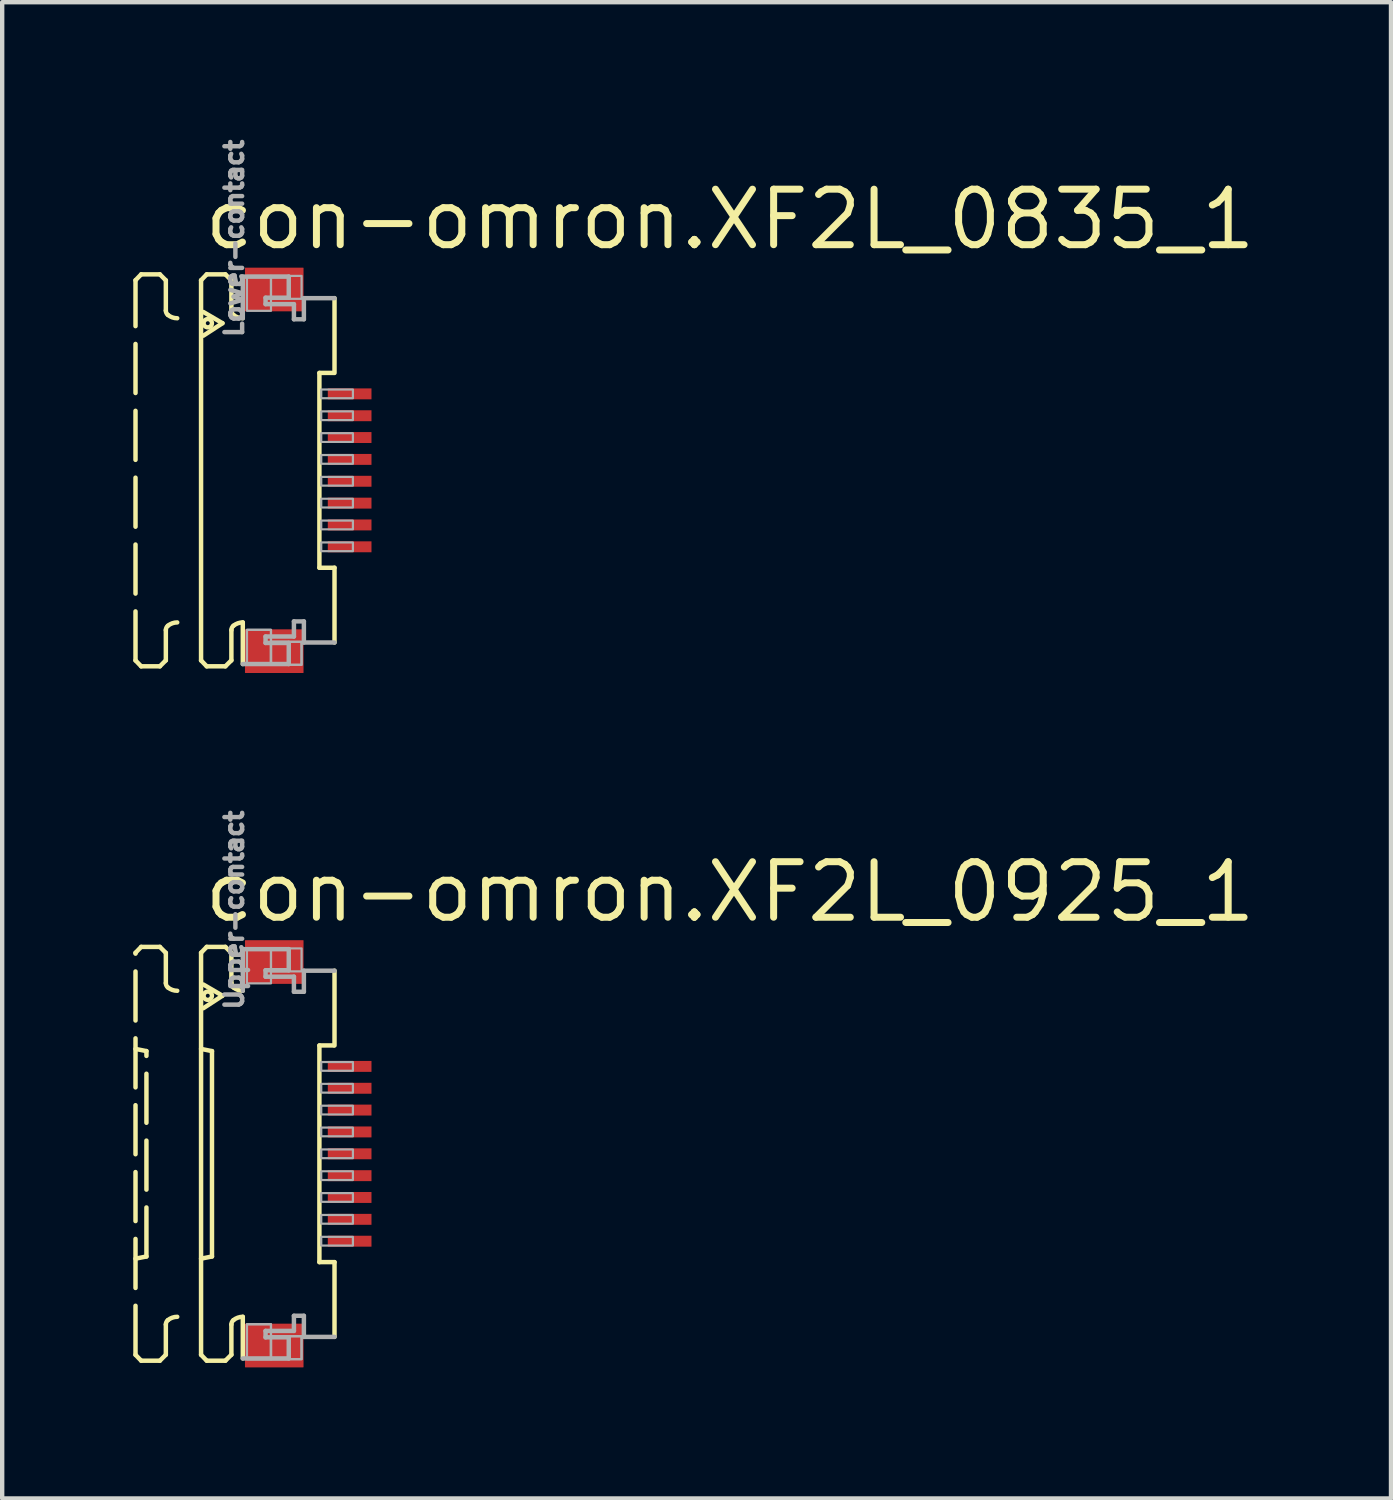
<source format=kicad_pcb>
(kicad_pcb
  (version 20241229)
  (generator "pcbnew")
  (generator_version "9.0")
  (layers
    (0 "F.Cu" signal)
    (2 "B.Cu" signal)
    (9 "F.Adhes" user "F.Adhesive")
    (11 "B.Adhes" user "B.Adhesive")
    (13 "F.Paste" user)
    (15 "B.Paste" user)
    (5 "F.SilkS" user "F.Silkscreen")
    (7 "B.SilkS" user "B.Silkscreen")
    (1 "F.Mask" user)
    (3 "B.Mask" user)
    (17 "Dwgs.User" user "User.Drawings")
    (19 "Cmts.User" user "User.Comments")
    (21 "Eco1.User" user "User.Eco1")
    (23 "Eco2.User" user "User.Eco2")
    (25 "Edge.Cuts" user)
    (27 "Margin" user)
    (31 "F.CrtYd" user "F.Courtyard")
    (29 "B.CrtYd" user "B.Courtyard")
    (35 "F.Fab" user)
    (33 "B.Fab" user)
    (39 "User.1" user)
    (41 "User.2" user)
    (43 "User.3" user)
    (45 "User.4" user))
  (footprint "con-omron.XF2L_0835_1"
    (layer "F.Cu")
    (at 3.046 7.713)
    (property "Reference" "con-omron.XF2L_0835_1" (at -1.5 -5 0) (layer "F.SilkS") (effects (font (size 1.27 1.27) (thickness 0.16)) (justify left bottom)))
    (attr smd)
    (fp_rect (start 1.355 -1.575) (end 2.455 -1.925) (stroke (width 0.05) (type default)) (fill yes) (layer "F.Mask"))
    (fp_rect (start 1.355 -1.075) (end 2.455 -1.425) (stroke (width 0.05) (type default)) (fill yes) (layer "F.Mask"))
    (fp_rect (start 1.355 -0.575) (end 2.455 -0.925) (stroke (width 0.05) (type default)) (fill yes) (layer "F.Mask"))
    (fp_rect (start 1.355 -0.075) (end 2.455 -0.425) (stroke (width 0.05) (type default)) (fill yes) (layer "F.Mask"))
    (fp_rect (start 1.355 0.425) (end 2.455 0.075) (stroke (width 0.05) (type default)) (fill yes) (layer "F.Mask"))
    (fp_rect (start 1.355 0.925) (end 2.455 0.575) (stroke (width 0.05) (type default)) (fill yes) (layer "F.Mask"))
    (fp_rect (start 1.355 1.425) (end 2.455 1.075) (stroke (width 0.05) (type default)) (fill yes) (layer "F.Mask"))
    (fp_rect (start 1.355 1.925) (end 2.455 1.575) (stroke (width 0.05) (type default)) (fill yes) (layer "F.Mask"))
    (fp_line (start -2.995 -4.35) (end -2.865 -4.485) (stroke (width 0.102) (type default)) (layer "F.SilkS"))
    (fp_line (start -2.995 4.35) (end -2.995 -4.35) (stroke (width 0.102) (type dash)) (layer "F.SilkS"))
    (fp_line (start -2.995 4.35) (end -2.865 4.485) (stroke (width 0.102) (type default)) (layer "F.SilkS"))
    (fp_line (start -2.865 -4.485) (end -2.438 -4.485) (stroke (width 0.102) (type dash)) (layer "F.SilkS"))
    (fp_line (start -2.865 4.485) (end -2.438 4.485) (stroke (width 0.102) (type dash)) (layer "F.SilkS"))
    (fp_line (start -2.438 -4.485) (end -2.301 -4.348) (stroke (width 0.102) (type default)) (layer "F.SilkS"))
    (fp_line (start -2.438 4.485) (end -2.301 4.348) (stroke (width 0.102) (type default)) (layer "F.SilkS"))
    (fp_line (start -2.301 -4.348) (end -2.301 -3.656) (stroke (width 0.102) (type dash)) (layer "F.SilkS"))
    (fp_line (start -2.301 4.348) (end -2.301 3.656) (stroke (width 0.102) (type dash)) (layer "F.SilkS"))
    (fp_line (start -1.495 -4.35) (end -1.365 -4.485) (stroke (width 0.102) (type default)) (layer "F.SilkS"))
    (fp_line (start -1.495 4.35) (end -1.495 -4.35) (stroke (width 0.102) (type default)) (layer "F.SilkS"))
    (fp_line (start -1.495 4.35) (end -1.365 4.485) (stroke (width 0.102) (type default)) (layer "F.SilkS"))
    (fp_line (start -1.441 -3.623) (end -1.005 -3.367) (stroke (width 0.102) (type default)) (layer "F.SilkS"))
    (fp_line (start -1.365 -4.485) (end -0.939 -4.485) (stroke (width 0.102) (type default)) (layer "F.SilkS"))
    (fp_line (start -1.365 4.485) (end -0.939 4.485) (stroke (width 0.102) (type default)) (layer "F.SilkS"))
    (fp_line (start -1.005 -3.367) (end -1.441 -3.082) (stroke (width 0.102) (type default)) (layer "F.SilkS"))
    (fp_line (start -0.939 -4.485) (end -0.801 -4.348) (stroke (width 0.102) (type default)) (layer "F.SilkS"))
    (fp_line (start -0.939 4.485) (end -0.801 4.348) (stroke (width 0.102) (type default)) (layer "F.SilkS"))
    (fp_line (start -0.801 -4.348) (end -0.801 -3.656) (stroke (width 0.102) (type default)) (layer "F.SilkS"))
    (fp_line (start -0.801 4.348) (end -0.801 3.656) (stroke (width 0.102) (type default)) (layer "F.SilkS"))
    (fp_line (start -0.54 3.48) (end -0.54 4.433) (stroke (width 0.102) (type default)) (layer "F.SilkS"))
    (fp_line (start 1.213 2.229) (end 1.213 -2.229) (stroke (width 0.102) (type default)) (layer "F.SilkS"))
    (fp_line (start 1.538 -2.229) (end 1.213 -2.229) (stroke (width 0.102) (type default)) (layer "F.SilkS"))
    (fp_line (start 1.559 -3.94) (end 1.559 -2.229) (stroke (width 0.102) (type default)) (layer "F.SilkS"))
    (fp_line (start 1.559 2.229) (end 1.213 2.229) (stroke (width 0.102) (type default)) (layer "F.SilkS"))
    (fp_line (start 1.559 3.94) (end 1.559 2.229) (stroke (width 0.102) (type default)) (layer "F.SilkS"))
    (fp_arc (start -2.301 3.6557) (mid -2.288538 3.600596) (end -2.2536 3.5562) (stroke (width 0.1016) (type default)) (layer "F.SilkS"))
    (fp_arc (start -2.2536 -3.5562) (mid -2.288538 -3.600596) (end -2.301 -3.6557) (stroke (width 0.1016) (type default)) (layer "F.SilkS"))
    (fp_arc (start -2.2536 3.5562) (mid -2.153476 3.499936) (end -2.0403 3.4804) (stroke (width 0.1016) (type default)) (layer "F.SilkS"))
    (fp_arc (start -2.0403 -3.4804) (mid -2.153476 -3.499936) (end -2.2536 -3.5562) (stroke (width 0.1016) (type default)) (layer "F.SilkS"))
    (fp_arc (start -0.801 3.6557) (mid -0.788538 3.600596) (end -0.7536 3.5562) (stroke (width 0.1016) (type default)) (layer "F.SilkS"))
    (fp_arc (start -0.7536 -3.5562) (mid -0.788538 -3.600596) (end -0.801 -3.6557) (stroke (width 0.1016) (type default)) (layer "F.SilkS"))
    (fp_arc (start -0.7536 3.5562) (mid -0.653476 3.499936) (end -0.5403 3.4804) (stroke (width 0.1016) (type default)) (layer "F.SilkS"))
    (fp_arc (start -0.5403 -3.4804) (mid -0.653476 -3.499936) (end -0.7536 -3.5562) (stroke (width 0.1016) (type default)) (layer "F.SilkS"))
    (fp_circle (center -1.341 -3.367) (end -1.246 -3.367) (stroke (width 0.1) (type default)) (fill no) (layer "F.SilkS"))
    (fp_line (start -0.54 -4.433) (end 0.512 -4.433) (stroke (width 0.102) (type default)) (layer "F.Fab"))
    (fp_line (start -0.54 -3.48) (end -0.54 -4.433) (stroke (width 0.102) (type default)) (layer "F.Fab"))
    (fp_line (start -0.54 4.433) (end 0.512 4.433) (stroke (width 0.102) (type default)) (layer "F.Fab"))
    (fp_line (start -0.019 -3.95) (end -0.019 -3.803) (stroke (width 0.102) (type default)) (layer "F.Fab"))
    (fp_line (start -0.019 -3.803) (end 0.63 -3.803) (stroke (width 0.102) (type default)) (layer "F.Fab"))
    (fp_line (start -0.019 3.803) (end 0.63 3.803) (stroke (width 0.102) (type default)) (layer "F.Fab"))
    (fp_line (start -0.019 3.95) (end -0.019 3.803) (stroke (width 0.102) (type default)) (layer "F.Fab"))
    (fp_line (start 0.512 -4.433) (end 0.512 -3.95) (stroke (width 0.102) (type default)) (layer "F.Fab"))
    (fp_line (start 0.512 -3.95) (end -0.019 -3.95) (stroke (width 0.102) (type default)) (layer "F.Fab"))
    (fp_line (start 0.512 3.95) (end -0.019 3.95) (stroke (width 0.102) (type default)) (layer "F.Fab"))
    (fp_line (start 0.512 4.433) (end 0.512 3.95) (stroke (width 0.102) (type default)) (layer "F.Fab"))
    (fp_line (start 0.63 -3.803) (end 0.63 -3.457) (stroke (width 0.102) (type default)) (layer "F.Fab"))
    (fp_line (start 0.63 -3.457) (end 0.858 -3.457) (stroke (width 0.102) (type default)) (layer "F.Fab"))
    (fp_line (start 0.63 3.457) (end 0.858 3.457) (stroke (width 0.102) (type default)) (layer "F.Fab"))
    (fp_line (start 0.63 3.803) (end 0.63 3.457) (stroke (width 0.102) (type default)) (layer "F.Fab"))
    (fp_line (start 0.858 -3.94) (end 1.559 -3.94) (stroke (width 0.102) (type default)) (layer "F.Fab"))
    (fp_line (start 0.858 -3.457) (end 0.858 -3.94) (stroke (width 0.102) (type default)) (layer "F.Fab"))
    (fp_line (start 0.858 3.457) (end 0.858 3.94) (stroke (width 0.102) (type default)) (layer "F.Fab"))
    (fp_line (start 0.858 3.94) (end 1.559 3.94) (stroke (width 0.102) (type default)) (layer "F.Fab"))
    (fp_rect (start -0.445 -3.65) (end 0.105 -4.45) (stroke (width 0.05) (type default)) (fill no) (layer "F.Fab"))
    (fp_rect (start -0.445 4.45) (end 0.105 3.65) (stroke (width 0.05) (type default)) (fill no) (layer "F.Fab"))
    (fp_rect (start -0.445 4.45) (end 0.105 3.65) (stroke (width 0.05) (type default)) (fill no) (layer "F.Fab"))
    (fp_rect (start 0.105 -3.925) (end 0.805 -4.45) (stroke (width 0.05) (type default)) (fill no) (layer "F.Fab"))
    (fp_rect (start 0.105 4.45) (end 0.805 3.925) (stroke (width 0.05) (type default)) (fill no) (layer "F.Fab"))
    (fp_rect (start 0.105 4.45) (end 0.805 3.925) (stroke (width 0.05) (type default)) (fill no) (layer "F.Fab"))
    (fp_rect (start 1.255 -1.65) (end 1.98 -1.85) (stroke (width 0.05) (type default)) (fill no) (layer "F.Fab"))
    (fp_rect (start 1.255 -1.15) (end 1.98 -1.35) (stroke (width 0.05) (type default)) (fill no) (layer "F.Fab"))
    (fp_rect (start 1.255 -0.65) (end 1.98 -0.85) (stroke (width 0.05) (type default)) (fill no) (layer "F.Fab"))
    (fp_rect (start 1.255 -0.15) (end 1.98 -0.35) (stroke (width 0.05) (type default)) (fill no) (layer "F.Fab"))
    (fp_rect (start 1.255 0.35) (end 1.98 0.15) (stroke (width 0.05) (type default)) (fill no) (layer "F.Fab"))
    (fp_rect (start 1.255 0.85) (end 1.98 0.65) (stroke (width 0.05) (type default)) (fill no) (layer "F.Fab"))
    (fp_rect (start 1.255 1.35) (end 1.98 1.15) (stroke (width 0.05) (type default)) (fill no) (layer "F.Fab"))
    (fp_rect (start 1.255 1.85) (end 1.98 1.65) (stroke (width 0.05) (type default)) (fill no) (layer "F.Fab"))
    (fp_text user "Lower-contact" (at -0.5 -3 270) (layer "F.Fab") (effects (font (size 0.406 0.406) (thickness 0.15)) (justify left bottom)))
    (pad "1" smd roundrect (at 1.905 -1.75) (size 1 0.25) (layers "F.Cu" "F.Mask" "F.Paste") (roundrect_rratio 0.01))
    (pad "2" smd roundrect (at 1.905 -1.25) (size 1 0.25) (layers "F.Cu" "F.Mask" "F.Paste") (roundrect_rratio 0.01))
    (pad "3" smd roundrect (at 1.905 -0.75) (size 1 0.25) (layers "F.Cu" "F.Mask" "F.Paste") (roundrect_rratio 0.01))
    (pad "4" smd roundrect (at 1.905 -0.25) (size 1 0.25) (layers "F.Cu" "F.Mask" "F.Paste") (roundrect_rratio 0.01))
    (pad "5" smd roundrect (at 1.905 0.25) (size 1 0.25) (layers "F.Cu" "F.Mask" "F.Paste") (roundrect_rratio 0.01))
    (pad "6" smd roundrect (at 1.905 0.75) (size 1 0.25) (layers "F.Cu" "F.Mask" "F.Paste") (roundrect_rratio 0.01))
    (pad "7" smd roundrect (at 1.905 1.25) (size 1 0.25) (layers "F.Cu" "F.Mask" "F.Paste") (roundrect_rratio 0.01))
    (pad "8" smd roundrect (at 1.905 1.75) (size 1 0.25) (layers "F.Cu" "F.Mask" "F.Paste") (roundrect_rratio 0.01))
    (pad "M1" smd roundrect (at 0.18 -4.138) (size 1.34 1) (layers "F.Cu" "F.Mask" "F.Paste") (roundrect_rratio 0.01))
    (pad "M2" smd roundrect (at 0.18 4.138) (size 1.34 1) (layers "F.Cu" "F.Mask" "F.Paste") (roundrect_rratio 0.01)))
  (footprint "con-omron.XF2L_0925_1"
    (layer "F.Cu")
    (at 3.046 23.353)
    (property "Reference" "con-omron.XF2L_0925_1" (at -1.5 -5.25 0) (layer "F.SilkS") (effects (font (size 1.27 1.27) (thickness 0.16)) (justify left bottom)))
    (attr smd)
    (fp_rect (start 1.355 -1.825) (end 2.455 -2.175) (stroke (width 0.05) (type default)) (fill yes) (layer "F.Mask"))
    (fp_rect (start 1.355 -1.325) (end 2.455 -1.675) (stroke (width 0.05) (type default)) (fill yes) (layer "F.Mask"))
    (fp_rect (start 1.355 -0.825) (end 2.455 -1.175) (stroke (width 0.05) (type default)) (fill yes) (layer "F.Mask"))
    (fp_rect (start 1.355 -0.325) (end 2.455 -0.675) (stroke (width 0.05) (type default)) (fill yes) (layer "F.Mask"))
    (fp_rect (start 1.355 0.175) (end 2.455 -0.175) (stroke (width 0.05) (type default)) (fill yes) (layer "F.Mask"))
    (fp_rect (start 1.355 0.675) (end 2.455 0.325) (stroke (width 0.05) (type default)) (fill yes) (layer "F.Mask"))
    (fp_rect (start 1.355 1.175) (end 2.455 0.825) (stroke (width 0.05) (type default)) (fill yes) (layer "F.Mask"))
    (fp_rect (start 1.355 1.675) (end 2.455 1.325) (stroke (width 0.05) (type default)) (fill yes) (layer "F.Mask"))
    (fp_rect (start 1.355 2.175) (end 2.455 1.825) (stroke (width 0.05) (type default)) (fill yes) (layer "F.Mask"))
    (fp_line (start -2.995 -4.6) (end -2.865 -4.735) (stroke (width 0.102) (type default)) (layer "F.SilkS"))
    (fp_line (start -2.995 -2.4) (end -2.745 -2.35) (stroke (width 0.102) (type default)) (layer "F.SilkS"))
    (fp_line (start -2.995 4.6) (end -2.995 -4.6) (stroke (width 0.102) (type dash)) (layer "F.SilkS"))
    (fp_line (start -2.995 4.6) (end -2.865 4.735) (stroke (width 0.102) (type default)) (layer "F.SilkS"))
    (fp_line (start -2.865 -4.735) (end -2.438 -4.735) (stroke (width 0.102) (type dash)) (layer "F.SilkS"))
    (fp_line (start -2.865 4.735) (end -2.438 4.735) (stroke (width 0.102) (type dash)) (layer "F.SilkS"))
    (fp_line (start -2.745 2.35) (end -2.995 2.4) (stroke (width 0.102) (type default)) (layer "F.SilkS"))
    (fp_line (start -2.745 2.35) (end -2.745 -2.35) (stroke (width 0.102) (type dash)) (layer "F.SilkS"))
    (fp_line (start -2.438 -4.735) (end -2.301 -4.598) (stroke (width 0.102) (type default)) (layer "F.SilkS"))
    (fp_line (start -2.438 4.735) (end -2.301 4.598) (stroke (width 0.102) (type default)) (layer "F.SilkS"))
    (fp_line (start -2.301 -4.598) (end -2.301 -3.906) (stroke (width 0.102) (type dash)) (layer "F.SilkS"))
    (fp_line (start -2.301 4.598) (end -2.301 3.906) (stroke (width 0.102) (type dash)) (layer "F.SilkS"))
    (fp_line (start -1.495 -4.6) (end -1.365 -4.735) (stroke (width 0.102) (type default)) (layer "F.SilkS"))
    (fp_line (start -1.495 -2.4) (end -1.245 -2.35) (stroke (width 0.102) (type default)) (layer "F.SilkS"))
    (fp_line (start -1.495 4.6) (end -1.495 -4.6) (stroke (width 0.102) (type default)) (layer "F.SilkS"))
    (fp_line (start -1.495 4.6) (end -1.365 4.735) (stroke (width 0.102) (type default)) (layer "F.SilkS"))
    (fp_line (start -1.441 -3.873) (end -1.005 -3.617) (stroke (width 0.102) (type default)) (layer "F.SilkS"))
    (fp_line (start -1.365 -4.735) (end -0.939 -4.735) (stroke (width 0.102) (type default)) (layer "F.SilkS"))
    (fp_line (start -1.365 4.735) (end -0.939 4.735) (stroke (width 0.102) (type default)) (layer "F.SilkS"))
    (fp_line (start -1.245 2.35) (end -1.495 2.4) (stroke (width 0.102) (type default)) (layer "F.SilkS"))
    (fp_line (start -1.245 2.35) (end -1.245 -2.35) (stroke (width 0.102) (type default)) (layer "F.SilkS"))
    (fp_line (start -1.005 -3.617) (end -1.441 -3.332) (stroke (width 0.102) (type default)) (layer "F.SilkS"))
    (fp_line (start -0.939 -4.735) (end -0.801 -4.598) (stroke (width 0.102) (type default)) (layer "F.SilkS"))
    (fp_line (start -0.939 4.735) (end -0.801 4.598) (stroke (width 0.102) (type default)) (layer "F.SilkS"))
    (fp_line (start -0.801 -4.598) (end -0.801 -3.906) (stroke (width 0.102) (type default)) (layer "F.SilkS"))
    (fp_line (start -0.801 4.598) (end -0.801 3.906) (stroke (width 0.102) (type default)) (layer "F.SilkS"))
    (fp_line (start -0.54 3.73) (end -0.54 4.683) (stroke (width 0.102) (type default)) (layer "F.SilkS"))
    (fp_line (start 1.213 2.479) (end 1.213 -2.479) (stroke (width 0.102) (type default)) (layer "F.SilkS"))
    (fp_line (start 1.538 -2.479) (end 1.213 -2.479) (stroke (width 0.102) (type default)) (layer "F.SilkS"))
    (fp_line (start 1.559 -4.19) (end 1.559 -2.479) (stroke (width 0.102) (type default)) (layer "F.SilkS"))
    (fp_line (start 1.559 2.479) (end 1.213 2.479) (stroke (width 0.102) (type default)) (layer "F.SilkS"))
    (fp_line (start 1.559 4.19) (end 1.559 2.479) (stroke (width 0.102) (type default)) (layer "F.SilkS"))
    (fp_arc (start -2.301 3.9057) (mid -2.288538 3.850596) (end -2.2536 3.8062) (stroke (width 0.1016) (type default)) (layer "F.SilkS"))
    (fp_arc (start -2.2536 -3.8062) (mid -2.288538 -3.850596) (end -2.301 -3.9057) (stroke (width 0.1016) (type default)) (layer "F.SilkS"))
    (fp_arc (start -2.2536 3.8062) (mid -2.153476 3.749936) (end -2.0403 3.7304) (stroke (width 0.1016) (type default)) (layer "F.SilkS"))
    (fp_arc (start -2.0403 -3.7304) (mid -2.153476 -3.749936) (end -2.2536 -3.8062) (stroke (width 0.1016) (type default)) (layer "F.SilkS"))
    (fp_arc (start -0.801 3.9057) (mid -0.788538 3.850596) (end -0.7536 3.8062) (stroke (width 0.1016) (type default)) (layer "F.SilkS"))
    (fp_arc (start -0.7536 -3.8062) (mid -0.788538 -3.850596) (end -0.801 -3.9057) (stroke (width 0.1016) (type default)) (layer "F.SilkS"))
    (fp_arc (start -0.7536 3.8062) (mid -0.653476 3.749936) (end -0.5403 3.7304) (stroke (width 0.1016) (type default)) (layer "F.SilkS"))
    (fp_arc (start -0.5403 -3.7304) (mid -0.653476 -3.749936) (end -0.7536 -3.8062) (stroke (width 0.1016) (type default)) (layer "F.SilkS"))
    (fp_circle (center -1.341 -3.617) (end -1.246 -3.617) (stroke (width 0.1) (type default)) (fill no) (layer "F.SilkS"))
    (fp_line (start -0.54 -4.683) (end 0.512 -4.683) (stroke (width 0.102) (type default)) (layer "F.Fab"))
    (fp_line (start -0.54 -3.73) (end -0.54 -4.683) (stroke (width 0.102) (type default)) (layer "F.Fab"))
    (fp_line (start -0.54 4.683) (end 0.512 4.683) (stroke (width 0.102) (type default)) (layer "F.Fab"))
    (fp_line (start -0.019 -4.2) (end -0.019 -4.053) (stroke (width 0.102) (type default)) (layer "F.Fab"))
    (fp_line (start -0.019 -4.053) (end 0.63 -4.053) (stroke (width 0.102) (type default)) (layer "F.Fab"))
    (fp_line (start -0.019 4.053) (end 0.63 4.053) (stroke (width 0.102) (type default)) (layer "F.Fab"))
    (fp_line (start -0.019 4.2) (end -0.019 4.053) (stroke (width 0.102) (type default)) (layer "F.Fab"))
    (fp_line (start 0.512 -4.683) (end 0.512 -4.2) (stroke (width 0.102) (type default)) (layer "F.Fab"))
    (fp_line (start 0.512 -4.2) (end -0.019 -4.2) (stroke (width 0.102) (type default)) (layer "F.Fab"))
    (fp_line (start 0.512 4.2) (end -0.019 4.2) (stroke (width 0.102) (type default)) (layer "F.Fab"))
    (fp_line (start 0.512 4.683) (end 0.512 4.2) (stroke (width 0.102) (type default)) (layer "F.Fab"))
    (fp_line (start 0.63 -4.053) (end 0.63 -3.707) (stroke (width 0.102) (type default)) (layer "F.Fab"))
    (fp_line (start 0.63 -3.707) (end 0.858 -3.707) (stroke (width 0.102) (type default)) (layer "F.Fab"))
    (fp_line (start 0.63 3.707) (end 0.858 3.707) (stroke (width 0.102) (type default)) (layer "F.Fab"))
    (fp_line (start 0.63 4.053) (end 0.63 3.707) (stroke (width 0.102) (type default)) (layer "F.Fab"))
    (fp_line (start 0.858 -4.19) (end 1.559 -4.19) (stroke (width 0.102) (type default)) (layer "F.Fab"))
    (fp_line (start 0.858 -3.707) (end 0.858 -4.19) (stroke (width 0.102) (type default)) (layer "F.Fab"))
    (fp_line (start 0.858 3.707) (end 0.858 4.19) (stroke (width 0.102) (type default)) (layer "F.Fab"))
    (fp_line (start 0.858 4.19) (end 1.559 4.19) (stroke (width 0.102) (type default)) (layer "F.Fab"))
    (fp_rect (start -0.445 -3.9) (end 0.105 -4.7) (stroke (width 0.05) (type default)) (fill no) (layer "F.Fab"))
    (fp_rect (start -0.445 4.7) (end 0.105 3.9) (stroke (width 0.05) (type default)) (fill no) (layer "F.Fab"))
    (fp_rect (start -0.445 4.7) (end 0.105 3.9) (stroke (width 0.05) (type default)) (fill no) (layer "F.Fab"))
    (fp_rect (start 0.105 -4.175) (end 0.805 -4.7) (stroke (width 0.05) (type default)) (fill no) (layer "F.Fab"))
    (fp_rect (start 0.105 4.7) (end 0.805 4.175) (stroke (width 0.05) (type default)) (fill no) (layer "F.Fab"))
    (fp_rect (start 0.105 4.7) (end 0.805 4.175) (stroke (width 0.05) (type default)) (fill no) (layer "F.Fab"))
    (fp_rect (start 1.255 -1.9) (end 1.98 -2.1) (stroke (width 0.05) (type default)) (fill no) (layer "F.Fab"))
    (fp_rect (start 1.255 -1.4) (end 1.98 -1.6) (stroke (width 0.05) (type default)) (fill no) (layer "F.Fab"))
    (fp_rect (start 1.255 -0.9) (end 1.98 -1.1) (stroke (width 0.05) (type default)) (fill no) (layer "F.Fab"))
    (fp_rect (start 1.255 -0.4) (end 1.98 -0.6) (stroke (width 0.05) (type default)) (fill no) (layer "F.Fab"))
    (fp_rect (start 1.255 0.1) (end 1.98 -0.1) (stroke (width 0.05) (type default)) (fill no) (layer "F.Fab"))
    (fp_rect (start 1.255 0.6) (end 1.98 0.4) (stroke (width 0.05) (type default)) (fill no) (layer "F.Fab"))
    (fp_rect (start 1.255 1.1) (end 1.98 0.9) (stroke (width 0.05) (type default)) (fill no) (layer "F.Fab"))
    (fp_rect (start 1.255 1.6) (end 1.98 1.4) (stroke (width 0.05) (type default)) (fill no) (layer "F.Fab"))
    (fp_rect (start 1.255 2.1) (end 1.98 1.9) (stroke (width 0.05) (type default)) (fill no) (layer "F.Fab"))
    (fp_text user "Upper-contact" (at -0.5 -3.25 270) (layer "F.Fab") (effects (font (size 0.406 0.406) (thickness 0.15)) (justify left bottom)))
    (pad "1" smd roundrect (at 1.905 -2) (size 1 0.25) (layers "F.Cu" "F.Mask" "F.Paste") (roundrect_rratio 0.01))
    (pad "2" smd roundrect (at 1.905 -1.5) (size 1 0.25) (layers "F.Cu" "F.Mask" "F.Paste") (roundrect_rratio 0.01))
    (pad "3" smd roundrect (at 1.905 -1) (size 1 0.25) (layers "F.Cu" "F.Mask" "F.Paste") (roundrect_rratio 0.01))
    (pad "4" smd roundrect (at 1.905 -0.5) (size 1 0.25) (layers "F.Cu" "F.Mask" "F.Paste") (roundrect_rratio 0.01))
    (pad "5" smd roundrect (at 1.905 0) (size 1 0.25) (layers "F.Cu" "F.Mask" "F.Paste") (roundrect_rratio 0.01))
    (pad "6" smd roundrect (at 1.905 0.5) (size 1 0.25) (layers "F.Cu" "F.Mask" "F.Paste") (roundrect_rratio 0.01))
    (pad "7" smd roundrect (at 1.905 1) (size 1 0.25) (layers "F.Cu" "F.Mask" "F.Paste") (roundrect_rratio 0.01))
    (pad "8" smd roundrect (at 1.905 1.5) (size 1 0.25) (layers "F.Cu" "F.Mask" "F.Paste") (roundrect_rratio 0.01))
    (pad "9" smd roundrect (at 1.905 2) (size 1 0.25) (layers "F.Cu" "F.Mask" "F.Paste") (roundrect_rratio 0.01))
    (pad "M1" smd roundrect (at 0.18 -4.388) (size 1.34 1) (layers "F.Cu" "F.Mask" "F.Paste") (roundrect_rratio 0.01))
    (pad "M2" smd roundrect (at 0.18 4.388) (size 1.34 1) (layers "F.Cu" "F.Mask" "F.Paste") (roundrect_rratio 0.01)))
  (gr_rect
    (start -3 -3)
    (end 28.781 31.24)
    (stroke (width 0.1) (type default))
    (fill no)
    (layer "Edge.Cuts")))
</source>
